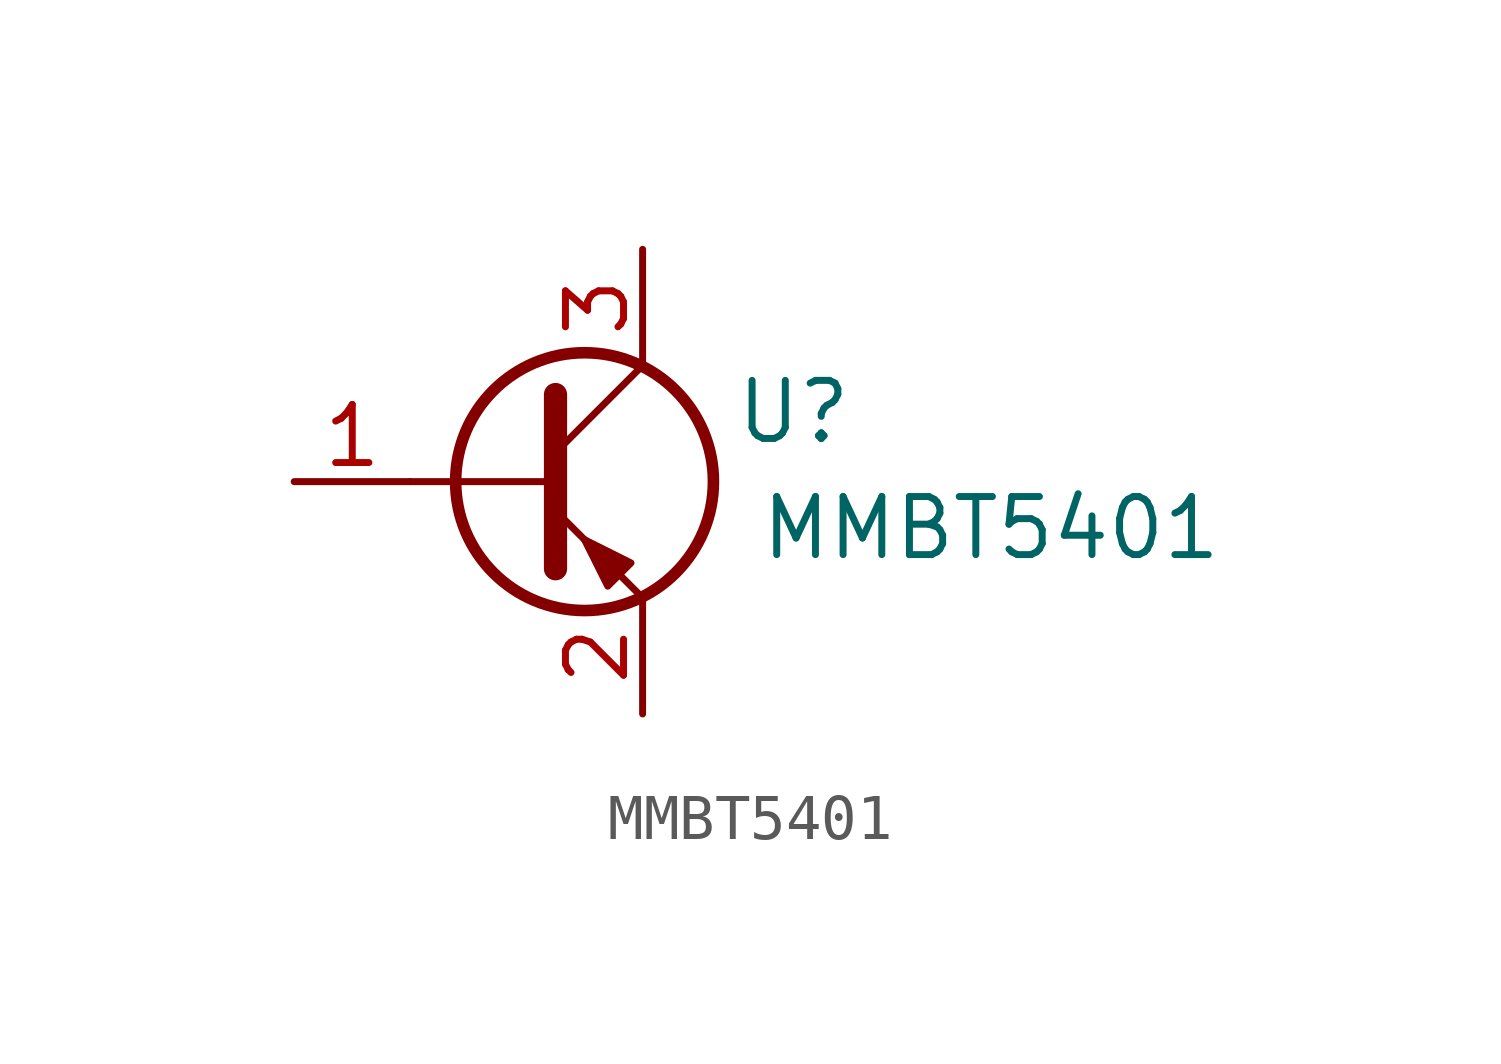
<source format=kicad_sym>
(kicad_symbol_lib
  (version 20241209)
  (generator "kicad_symbol_editor")
  (generator_version "9.0")
  (symbol "MMBT5401"
    (pin_names
      (hide yes))
    (property "Reference" "U"
      (at 3.302 1.524 0)
      (effects (font (size 1.27 1.27))))
    (property "Value" "MMBT5401"
      (at 7.62 -1.016 0)
      (effects (font (size 1.27 1.27))))
    (symbol "MMBT5401_0_1"
      (polyline (pts (xy -5.08 0) (xy -1.905 0)) (stroke (width 0) (type default)) (fill (type none)))
      (polyline (pts (xy -1.905 1.905) (xy -1.905 -1.905)) (stroke (width 0.508) (type default)) (fill (type none)))
      (polyline (pts (xy -1.905 0.635) (xy 0 2.54)) (stroke (width 0) (type default)) (fill (type none)))
      (polyline (pts (xy -1.905 -0.635) (xy 0 -2.54)) (stroke (width 0) (type default)) (fill (type none)))
      (circle (center -1.27 0) (radius 2.819) (stroke (width 0.254) (type default)) (fill (type none)))
      (polyline (pts (xy -0.254 -1.778) (xy -0.762 -2.286) (xy -1.27 -1.27) (xy -0.254 -1.778)) (stroke (width 0) (type default)) (fill (type outline))))
    (symbol "MMBT5401_1_1"
      (pin input line (at -7.62 0 0) (length 2.54) (name "B" (effects (font (size 1.27 1.27)))) (number "1" (effects (font (size 1.27 1.27)))))
      (pin passive line (at 0 5.08 270) (length 2.54) (name "C" (effects (font (size 1.27 1.27)))) (number "3" (effects (font (size 1.27 1.27)))))
      (pin passive line (at 0 -5.08 90) (length 2.54) (name "E" (effects (font (size 1.27 1.27)))) (number "2" (effects (font (size 1.27 1.27))))))))
</source>
